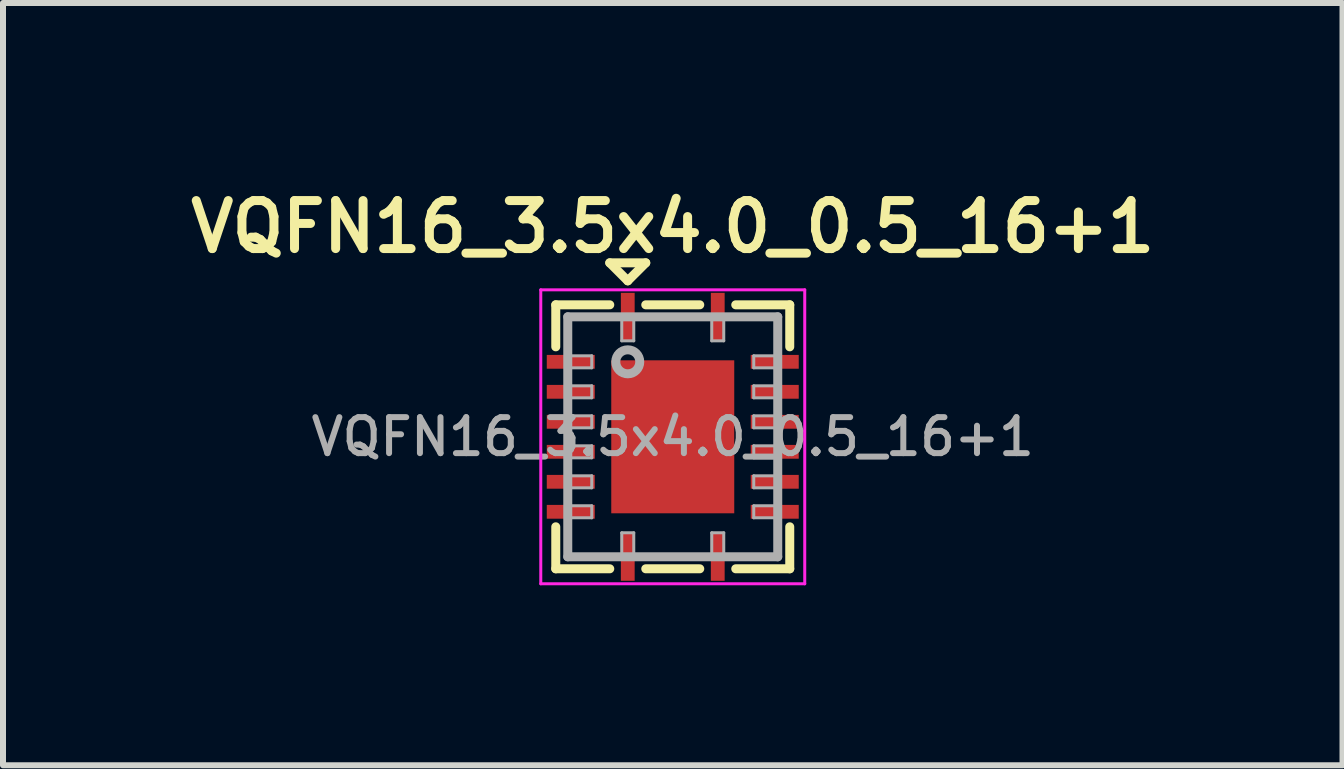
<source format=kicad_pcb>
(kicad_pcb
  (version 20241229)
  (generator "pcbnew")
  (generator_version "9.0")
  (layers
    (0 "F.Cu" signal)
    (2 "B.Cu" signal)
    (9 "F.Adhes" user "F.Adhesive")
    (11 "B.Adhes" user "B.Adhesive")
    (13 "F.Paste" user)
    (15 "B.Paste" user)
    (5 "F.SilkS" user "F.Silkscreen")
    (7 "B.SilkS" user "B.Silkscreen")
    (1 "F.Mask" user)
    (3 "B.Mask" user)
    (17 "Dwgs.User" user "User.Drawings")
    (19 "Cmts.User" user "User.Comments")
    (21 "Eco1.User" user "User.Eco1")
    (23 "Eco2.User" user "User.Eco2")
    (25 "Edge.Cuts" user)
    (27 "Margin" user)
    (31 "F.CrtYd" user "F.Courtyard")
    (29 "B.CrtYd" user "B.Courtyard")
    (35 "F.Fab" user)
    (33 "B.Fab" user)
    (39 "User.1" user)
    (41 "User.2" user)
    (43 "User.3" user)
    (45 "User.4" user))
  (footprint "VQFN16_3.5x4.0_0.5_16+1"
    (layer "F.Cu")
    (at 8.164 4.231)
    (property "Reference" "VQFN16_3.5x4.0_0.5_16+1" (at 0 -3.5 0) (layer "F.SilkS") (effects (font (size 0.8 0.8) (thickness 0.15))))
    (attr smd)
    (fp_line (start -1.95 -2.2) (end -1.05 -2.2) (stroke (width 0.15) (type solid)) (layer "F.SilkS"))
    (fp_line (start -1.95 -1.5) (end -1.95 -2.2) (stroke (width 0.15) (type solid)) (layer "F.SilkS"))
    (fp_line (start -1.95 1.5) (end -1.95 2.2) (stroke (width 0.15) (type solid)) (layer "F.SilkS"))
    (fp_line (start -1.95 2.2) (end -1.05 2.2) (stroke (width 0.15) (type solid)) (layer "F.SilkS"))
    (fp_line (start -1.05 -2.9) (end -0.45 -2.9) (stroke (width 0.15) (type solid)) (layer "F.SilkS"))
    (fp_line (start -0.75 -2.6) (end -1.05 -2.9) (stroke (width 0.15) (type solid)) (layer "F.SilkS"))
    (fp_line (start -0.45 -2.9) (end -0.75 -2.6) (stroke (width 0.15) (type solid)) (layer "F.SilkS"))
    (fp_line (start -0.45 2.2) (end 0.45 2.2) (stroke (width 0.15) (type solid)) (layer "F.SilkS"))
    (fp_line (start 0.45 -2.2) (end -0.45 -2.2) (stroke (width 0.15) (type solid)) (layer "F.SilkS"))
    (fp_line (start 1.95 -2.2) (end 1.05 -2.2) (stroke (width 0.15) (type solid)) (layer "F.SilkS"))
    (fp_line (start 1.95 -1.5) (end 1.95 -2.2) (stroke (width 0.15) (type solid)) (layer "F.SilkS"))
    (fp_line (start 1.95 1.5) (end 1.95 2.2) (stroke (width 0.15) (type solid)) (layer "F.SilkS"))
    (fp_line (start 1.95 2.2) (end 1.05 2.2) (stroke (width 0.15) (type solid)) (layer "F.SilkS"))
    (fp_line (start -2.2 -2.45) (end -2.2 2.45) (stroke (width 0.05) (type solid)) (layer "F.CrtYd"))
    (fp_line (start -2.2 2.45) (end 2.2 2.45) (stroke (width 0.05) (type solid)) (layer "F.CrtYd"))
    (fp_line (start 2.2 -2.45) (end -2.2 -2.45) (stroke (width 0.05) (type solid)) (layer "F.CrtYd"))
    (fp_line (start 2.2 2.45) (end 2.2 -2.45) (stroke (width 0.05) (type solid)) (layer "F.CrtYd"))
    (fp_line (start -1.75 -2) (end -1.75 2) (stroke (width 0.15) (type solid)) (layer "F.Fab"))
    (fp_line (start -1.75 -1.15) (end -1.35 -1.15) (stroke (width 0.05) (type solid)) (layer "F.Fab"))
    (fp_line (start -1.75 -0.65) (end -1.35 -0.65) (stroke (width 0.05) (type solid)) (layer "F.Fab"))
    (fp_line (start -1.75 -0.15) (end -1.35 -0.15) (stroke (width 0.05) (type solid)) (layer "F.Fab"))
    (fp_line (start -1.75 0.35) (end -1.35 0.35) (stroke (width 0.05) (type solid)) (layer "F.Fab"))
    (fp_line (start -1.75 0.85) (end -1.35 0.85) (stroke (width 0.05) (type solid)) (layer "F.Fab"))
    (fp_line (start -1.75 1.35) (end -1.35 1.35) (stroke (width 0.05) (type solid)) (layer "F.Fab"))
    (fp_line (start -1.75 2) (end 1.75 2) (stroke (width 0.15) (type solid)) (layer "F.Fab"))
    (fp_line (start -1.35 -1.35) (end -1.75 -1.35) (stroke (width 0.05) (type solid)) (layer "F.Fab"))
    (fp_line (start -1.35 -1.15) (end -1.35 -1.35) (stroke (width 0.05) (type solid)) (layer "F.Fab"))
    (fp_line (start -1.35 -0.85) (end -1.75 -0.85) (stroke (width 0.05) (type solid)) (layer "F.Fab"))
    (fp_line (start -1.35 -0.65) (end -1.35 -0.85) (stroke (width 0.05) (type solid)) (layer "F.Fab"))
    (fp_line (start -1.35 -0.35) (end -1.75 -0.35) (stroke (width 0.05) (type solid)) (layer "F.Fab"))
    (fp_line (start -1.35 -0.15) (end -1.35 -0.35) (stroke (width 0.05) (type solid)) (layer "F.Fab"))
    (fp_line (start -1.35 0.15) (end -1.75 0.15) (stroke (width 0.05) (type solid)) (layer "F.Fab"))
    (fp_line (start -1.35 0.35) (end -1.35 0.15) (stroke (width 0.05) (type solid)) (layer "F.Fab"))
    (fp_line (start -1.35 0.65) (end -1.75 0.65) (stroke (width 0.05) (type solid)) (layer "F.Fab"))
    (fp_line (start -1.35 0.85) (end -1.35 0.65) (stroke (width 0.05) (type solid)) (layer "F.Fab"))
    (fp_line (start -1.35 1.15) (end -1.75 1.15) (stroke (width 0.05) (type solid)) (layer "F.Fab"))
    (fp_line (start -1.35 1.35) (end -1.35 1.15) (stroke (width 0.05) (type solid)) (layer "F.Fab"))
    (fp_line (start -0.85 -2) (end -0.85 -1.6) (stroke (width 0.05) (type solid)) (layer "F.Fab"))
    (fp_line (start -0.85 -1.6) (end -0.65 -1.6) (stroke (width 0.05) (type solid)) (layer "F.Fab"))
    (fp_line (start -0.85 1.6) (end -0.85 2) (stroke (width 0.05) (type solid)) (layer "F.Fab"))
    (fp_line (start -0.65 -1.6) (end -0.65 -2) (stroke (width 0.05) (type solid)) (layer "F.Fab"))
    (fp_line (start -0.65 1.6) (end -0.85 1.6) (stroke (width 0.05) (type solid)) (layer "F.Fab"))
    (fp_line (start -0.65 2) (end -0.65 1.6) (stroke (width 0.05) (type solid)) (layer "F.Fab"))
    (fp_line (start 0.65 -2) (end 0.65 -1.6) (stroke (width 0.05) (type solid)) (layer "F.Fab"))
    (fp_line (start 0.65 -1.6) (end 0.85 -1.6) (stroke (width 0.05) (type solid)) (layer "F.Fab"))
    (fp_line (start 0.65 1.6) (end 0.65 2) (stroke (width 0.05) (type solid)) (layer "F.Fab"))
    (fp_line (start 0.85 -1.6) (end 0.85 -2) (stroke (width 0.05) (type solid)) (layer "F.Fab"))
    (fp_line (start 0.85 1.6) (end 0.65 1.6) (stroke (width 0.05) (type solid)) (layer "F.Fab"))
    (fp_line (start 0.85 2) (end 0.85 1.6) (stroke (width 0.05) (type solid)) (layer "F.Fab"))
    (fp_line (start 1.35 -1.35) (end 1.35 -1.15) (stroke (width 0.05) (type solid)) (layer "F.Fab"))
    (fp_line (start 1.35 -1.15) (end 1.75 -1.15) (stroke (width 0.05) (type solid)) (layer "F.Fab"))
    (fp_line (start 1.35 -0.85) (end 1.35 -0.65) (stroke (width 0.05) (type solid)) (layer "F.Fab"))
    (fp_line (start 1.35 -0.65) (end 1.75 -0.65) (stroke (width 0.05) (type solid)) (layer "F.Fab"))
    (fp_line (start 1.35 -0.35) (end 1.35 -0.15) (stroke (width 0.05) (type solid)) (layer "F.Fab"))
    (fp_line (start 1.35 -0.15) (end 1.75 -0.15) (stroke (width 0.05) (type solid)) (layer "F.Fab"))
    (fp_line (start 1.35 0.15) (end 1.35 0.35) (stroke (width 0.05) (type solid)) (layer "F.Fab"))
    (fp_line (start 1.35 0.35) (end 1.75 0.35) (stroke (width 0.05) (type solid)) (layer "F.Fab"))
    (fp_line (start 1.35 0.65) (end 1.35 0.85) (stroke (width 0.05) (type solid)) (layer "F.Fab"))
    (fp_line (start 1.35 0.85) (end 1.75 0.85) (stroke (width 0.05) (type solid)) (layer "F.Fab"))
    (fp_line (start 1.35 1.15) (end 1.35 1.35) (stroke (width 0.05) (type solid)) (layer "F.Fab"))
    (fp_line (start 1.35 1.35) (end 1.75 1.35) (stroke (width 0.05) (type solid)) (layer "F.Fab"))
    (fp_line (start 1.75 -2) (end -1.75 -2) (stroke (width 0.15) (type solid)) (layer "F.Fab"))
    (fp_line (start 1.75 -1.35) (end 1.35 -1.35) (stroke (width 0.05) (type solid)) (layer "F.Fab"))
    (fp_line (start 1.75 -0.85) (end 1.35 -0.85) (stroke (width 0.05) (type solid)) (layer "F.Fab"))
    (fp_line (start 1.75 -0.35) (end 1.35 -0.35) (stroke (width 0.05) (type solid)) (layer "F.Fab"))
    (fp_line (start 1.75 0.15) (end 1.35 0.15) (stroke (width 0.05) (type solid)) (layer "F.Fab"))
    (fp_line (start 1.75 0.65) (end 1.35 0.65) (stroke (width 0.05) (type solid)) (layer "F.Fab"))
    (fp_line (start 1.75 1.15) (end 1.35 1.15) (stroke (width 0.05) (type solid)) (layer "F.Fab"))
    (fp_line (start 1.75 2) (end 1.75 -2) (stroke (width 0.15) (type solid)) (layer "F.Fab"))
    (fp_circle (center -0.75 -1.25) (end -0.55 -1.25) (stroke (width 0.15) (type solid)) (fill no) (layer "F.Fab"))
    (fp_text user "${REFERENCE}" (at 0 0 0) (layer "F.Fab") (effects (font (size 0.6 0.6) (thickness 0.1))))
    (pad "1" smd rect (at -0.75 -2 270) (size 0.8 0.23) (layers "F.Cu" "F.Mask" "F.Paste"))
    (pad "2" smd rect (at -1.7 -1.25) (size 0.8 0.23) (layers "F.Cu" "F.Mask" "F.Paste"))
    (pad "3" smd rect (at -1.7 -0.75) (size 0.8 0.23) (layers "F.Cu" "F.Mask" "F.Paste"))
    (pad "4" smd rect (at -1.7 -0.25) (size 0.8 0.23) (layers "F.Cu" "F.Mask" "F.Paste"))
    (pad "5" smd rect (at -1.7 0.25) (size 0.8 0.23) (layers "F.Cu" "F.Mask" "F.Paste"))
    (pad "6" smd rect (at -1.7 0.75) (size 0.8 0.23) (layers "F.Cu" "F.Mask" "F.Paste"))
    (pad "7" smd rect (at -1.7 1.25) (size 0.8 0.23) (layers "F.Cu" "F.Mask" "F.Paste"))
    (pad "8" smd rect (at -0.75 2 90) (size 0.8 0.23) (layers "F.Cu" "F.Mask" "F.Paste"))
    (pad "9" smd rect (at 0.75 2 90) (size 0.8 0.23) (layers "F.Cu" "F.Mask" "F.Paste"))
    (pad "10" smd rect (at 1.7 1.25) (size 0.8 0.23) (layers "F.Cu" "F.Mask" "F.Paste"))
    (pad "11" smd rect (at 1.7 0.75) (size 0.8 0.23) (layers "F.Cu" "F.Mask" "F.Paste"))
    (pad "12" smd rect (at 1.7 0.25) (size 0.8 0.23) (layers "F.Cu" "F.Mask" "F.Paste"))
    (pad "13" smd rect (at 1.7 -0.25) (size 0.8 0.23) (layers "F.Cu" "F.Mask" "F.Paste"))
    (pad "14" smd rect (at 1.7 -0.75) (size 0.8 0.23) (layers "F.Cu" "F.Mask" "F.Paste"))
    (pad "15" smd rect (at 1.7 -1.25) (size 0.8 0.23) (layers "F.Cu" "F.Mask" "F.Paste"))
    (pad "16" smd rect (at 0.75 -2 90) (size 0.8 0.23) (layers "F.Cu" "F.Mask" "F.Paste"))
    (pad "17" smd rect (at 0 0) (size 2.05 2.55) (layers "F.Cu" "F.Mask" "F.Paste")))
  (gr_rect
    (start -3 -3)
    (end 19.328 9.706)
    (stroke (width 0.1) (type default))
    (fill no)
    (layer "Edge.Cuts")))
</source>
